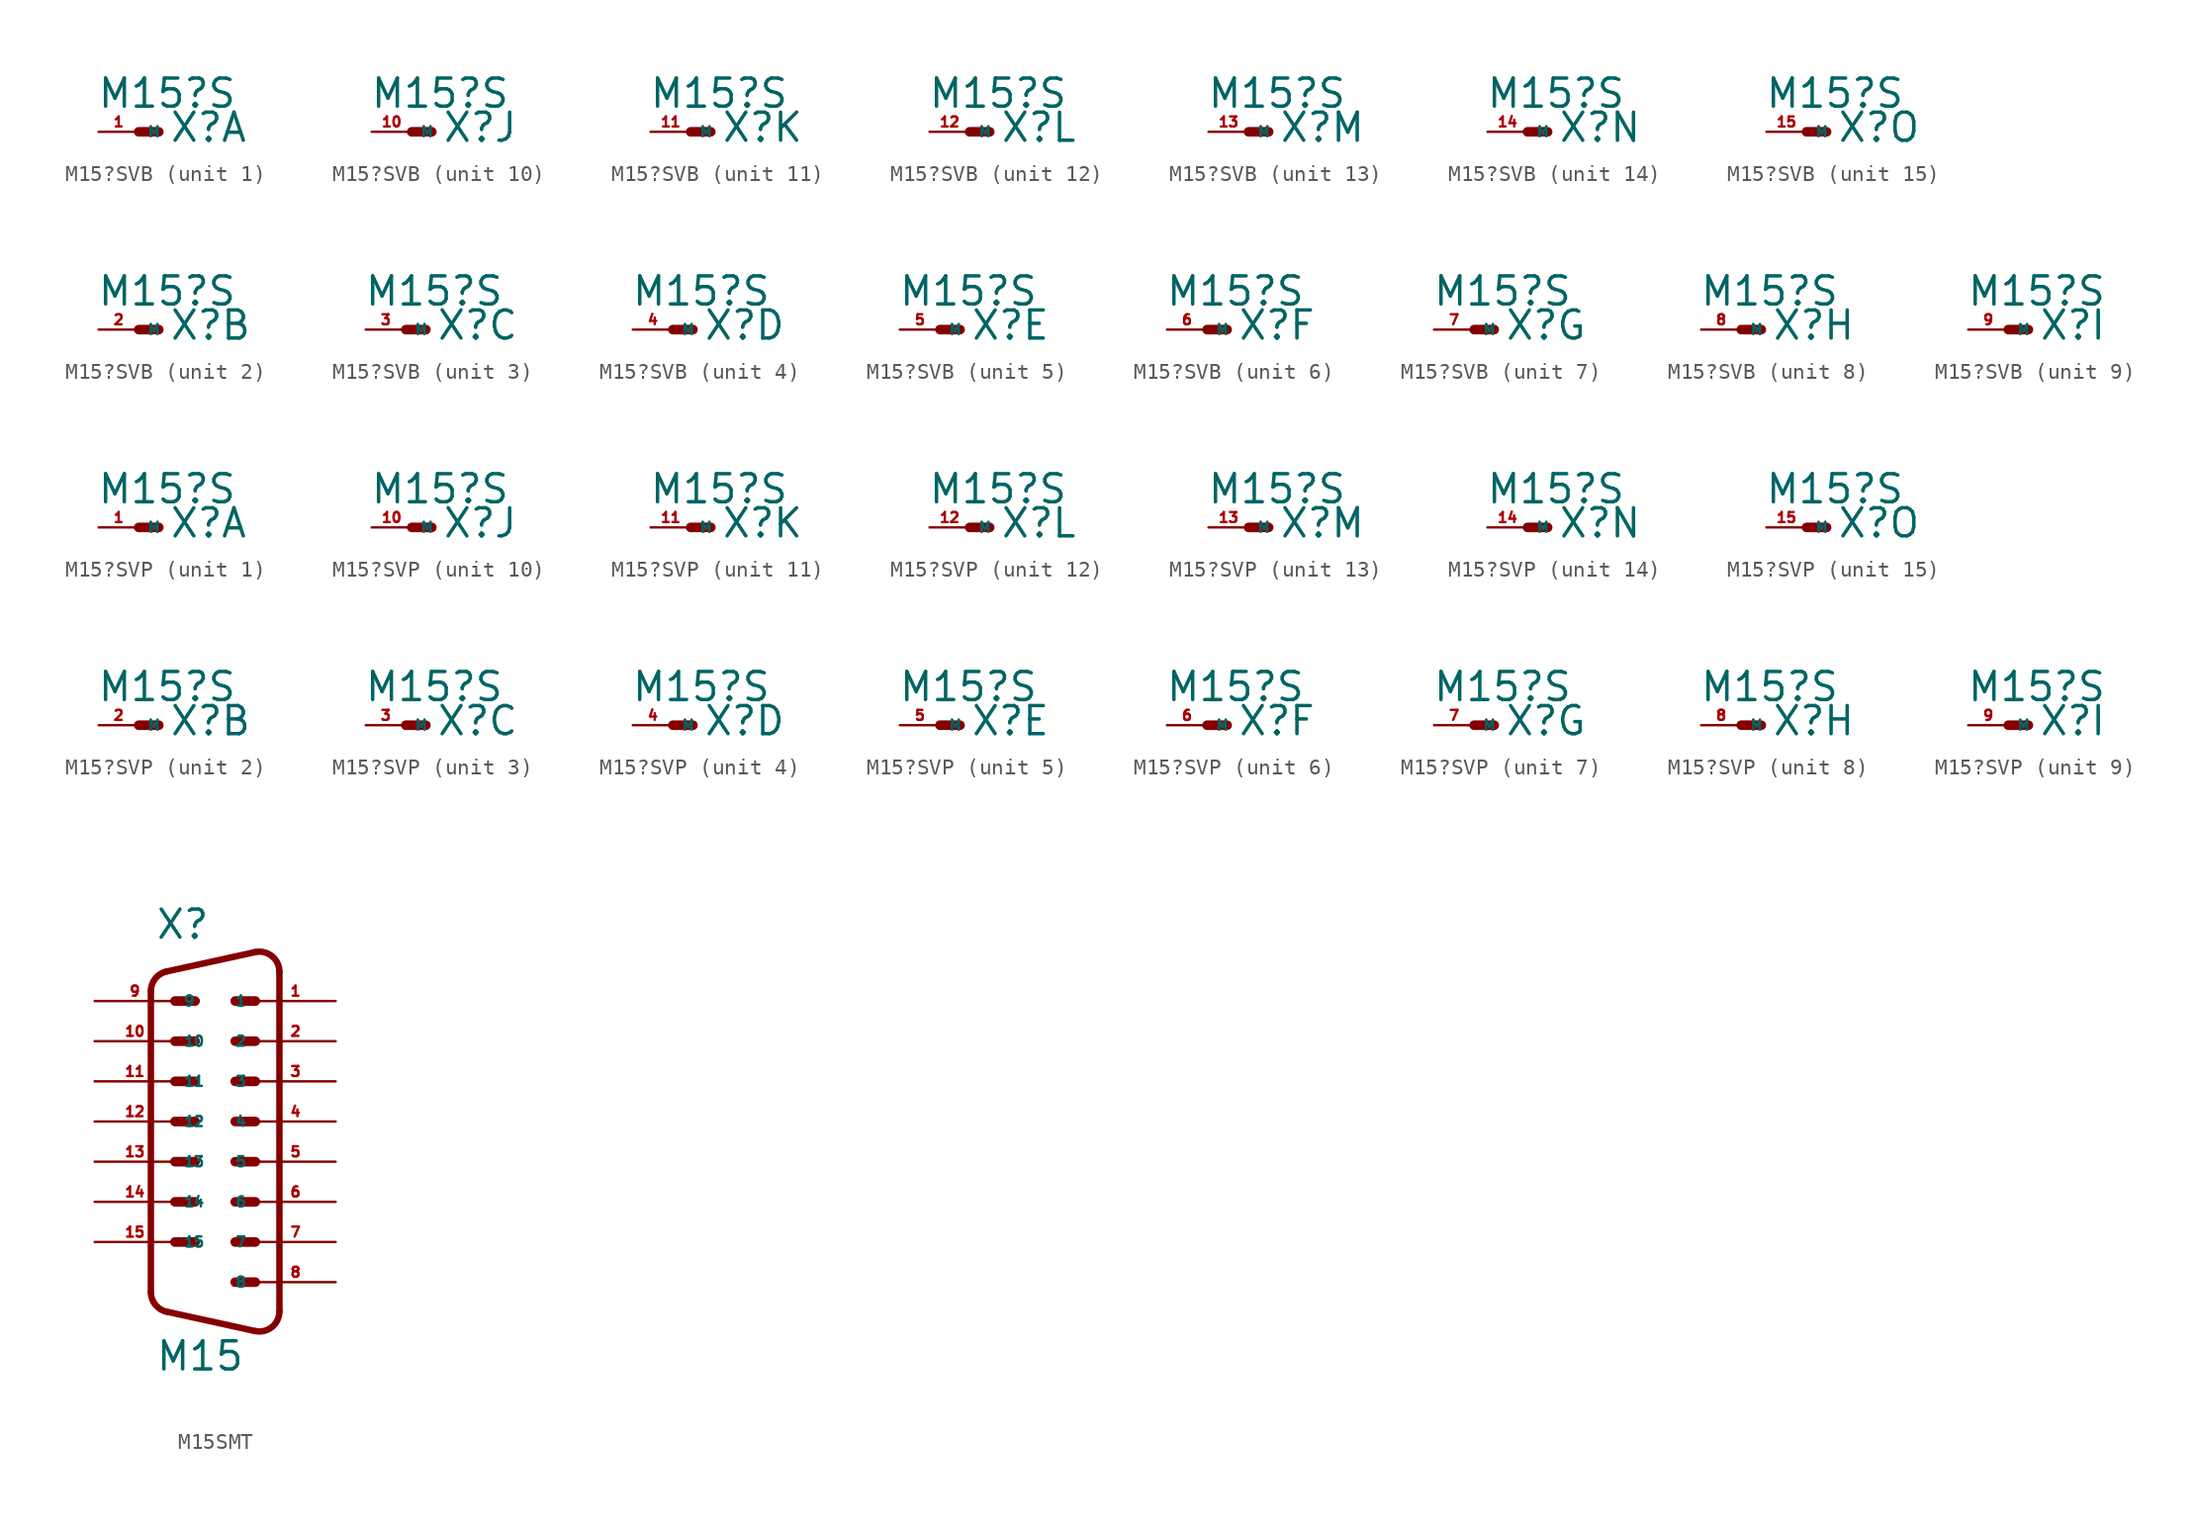
<source format=kicad_sym>
(kicad_symbol_lib
  (version 20220914)
  (generator Eagle2Kicad)
  (symbol "M15?SVB"
    (property "Reference" "X"
      (at 1.905 -0.762 0)
      (effects (font (size 1.778 1.778) (thickness 0.22)) (justify left bottom)))
    (property "Value" "M15?S"
      (at -2.667 1.397 0)
      (effects (font (size 1.778 1.778) (thickness 0.22)) (justify left bottom)))
    (symbol "M15?SVB_1_0"
      (polyline (pts (xy 0 0) (xy 1.27 0)) (stroke (width 0.61) (type default)) (fill (type none)))
      (pin passive line (at -2.54 0 0) (length 2.54) (name "M" (effects (font (size 0.635 0.635) (thickness 0.08)) (justify left bottom))) (number "1" (effects (font (size 0.635 0.635) (thickness 0.08)) (justify left bottom)))))
    (symbol "M15?SVB_2_0"
      (polyline (pts (xy 0 0) (xy 1.27 0)) (stroke (width 0.61) (type default)) (fill (type none)))
      (pin passive line (at -2.54 0 0) (length 2.54) (name "M" (effects (font (size 0.635 0.635) (thickness 0.08)) (justify left bottom))) (number "2" (effects (font (size 0.635 0.635) (thickness 0.08)) (justify left bottom)))))
    (symbol "M15?SVB_3_0"
      (polyline (pts (xy 0 0) (xy 1.27 0)) (stroke (width 0.61) (type default)) (fill (type none)))
      (pin passive line (at -2.54 0 0) (length 2.54) (name "M" (effects (font (size 0.635 0.635) (thickness 0.08)) (justify left bottom))) (number "3" (effects (font (size 0.635 0.635) (thickness 0.08)) (justify left bottom)))))
    (symbol "M15?SVB_4_0"
      (polyline (pts (xy 0 0) (xy 1.27 0)) (stroke (width 0.61) (type default)) (fill (type none)))
      (pin passive line (at -2.54 0 0) (length 2.54) (name "M" (effects (font (size 0.635 0.635) (thickness 0.08)) (justify left bottom))) (number "4" (effects (font (size 0.635 0.635) (thickness 0.08)) (justify left bottom)))))
    (symbol "M15?SVB_5_0"
      (polyline (pts (xy 0 0) (xy 1.27 0)) (stroke (width 0.61) (type default)) (fill (type none)))
      (pin passive line (at -2.54 0 0) (length 2.54) (name "M" (effects (font (size 0.635 0.635) (thickness 0.08)) (justify left bottom))) (number "5" (effects (font (size 0.635 0.635) (thickness 0.08)) (justify left bottom)))))
    (symbol "M15?SVB_6_0"
      (polyline (pts (xy 0 0) (xy 1.27 0)) (stroke (width 0.61) (type default)) (fill (type none)))
      (pin passive line (at -2.54 0 0) (length 2.54) (name "M" (effects (font (size 0.635 0.635) (thickness 0.08)) (justify left bottom))) (number "6" (effects (font (size 0.635 0.635) (thickness 0.08)) (justify left bottom)))))
    (symbol "M15?SVB_7_0"
      (polyline (pts (xy 0 0) (xy 1.27 0)) (stroke (width 0.61) (type default)) (fill (type none)))
      (pin passive line (at -2.54 0 0) (length 2.54) (name "M" (effects (font (size 0.635 0.635) (thickness 0.08)) (justify left bottom))) (number "7" (effects (font (size 0.635 0.635) (thickness 0.08)) (justify left bottom)))))
    (symbol "M15?SVB_8_0"
      (polyline (pts (xy 0 0) (xy 1.27 0)) (stroke (width 0.61) (type default)) (fill (type none)))
      (pin passive line (at -2.54 0 0) (length 2.54) (name "M" (effects (font (size 0.635 0.635) (thickness 0.08)) (justify left bottom))) (number "8" (effects (font (size 0.635 0.635) (thickness 0.08)) (justify left bottom)))))
    (symbol "M15?SVB_9_0"
      (polyline (pts (xy 0 0) (xy 1.27 0)) (stroke (width 0.61) (type default)) (fill (type none)))
      (pin passive line (at -2.54 0 0) (length 2.54) (name "M" (effects (font (size 0.635 0.635) (thickness 0.08)) (justify left bottom))) (number "9" (effects (font (size 0.635 0.635) (thickness 0.08)) (justify left bottom)))))
    (symbol "M15?SVB_10_0"
      (polyline (pts (xy 0 0) (xy 1.27 0)) (stroke (width 0.61) (type default)) (fill (type none)))
      (pin passive line (at -2.54 0 0) (length 2.54) (name "M" (effects (font (size 0.635 0.635) (thickness 0.08)) (justify left bottom))) (number "10" (effects (font (size 0.635 0.635) (thickness 0.08)) (justify left bottom)))))
    (symbol "M15?SVB_11_0"
      (polyline (pts (xy 0 0) (xy 1.27 0)) (stroke (width 0.61) (type default)) (fill (type none)))
      (pin passive line (at -2.54 0 0) (length 2.54) (name "M" (effects (font (size 0.635 0.635) (thickness 0.08)) (justify left bottom))) (number "11" (effects (font (size 0.635 0.635) (thickness 0.08)) (justify left bottom)))))
    (symbol "M15?SVB_12_0"
      (polyline (pts (xy 0 0) (xy 1.27 0)) (stroke (width 0.61) (type default)) (fill (type none)))
      (pin passive line (at -2.54 0 0) (length 2.54) (name "M" (effects (font (size 0.635 0.635) (thickness 0.08)) (justify left bottom))) (number "12" (effects (font (size 0.635 0.635) (thickness 0.08)) (justify left bottom)))))
    (symbol "M15?SVB_13_0"
      (polyline (pts (xy 0 0) (xy 1.27 0)) (stroke (width 0.61) (type default)) (fill (type none)))
      (pin passive line (at -2.54 0 0) (length 2.54) (name "M" (effects (font (size 0.635 0.635) (thickness 0.08)) (justify left bottom))) (number "13" (effects (font (size 0.635 0.635) (thickness 0.08)) (justify left bottom)))))
    (symbol "M15?SVB_14_0"
      (polyline (pts (xy 0 0) (xy 1.27 0)) (stroke (width 0.61) (type default)) (fill (type none)))
      (pin passive line (at -2.54 0 0) (length 2.54) (name "M" (effects (font (size 0.635 0.635) (thickness 0.08)) (justify left bottom))) (number "14" (effects (font (size 0.635 0.635) (thickness 0.08)) (justify left bottom)))))
    (symbol "M15?SVB_15_0"
      (polyline (pts (xy 0 0) (xy 1.27 0)) (stroke (width 0.61) (type default)) (fill (type none)))
      (pin passive line (at -2.54 0 0) (length 2.54) (name "M" (effects (font (size 0.635 0.635) (thickness 0.08)) (justify left bottom))) (number "15" (effects (font (size 0.635 0.635) (thickness 0.08)) (justify left bottom))))))
  (symbol "M15?SVP"
    (property "Reference" "X"
      (at 1.905 -0.762 0)
      (effects (font (size 1.778 1.778) (thickness 0.22)) (justify left bottom)))
    (property "Value" "M15?S"
      (at -2.667 1.397 0)
      (effects (font (size 1.778 1.778) (thickness 0.22)) (justify left bottom)))
    (symbol "M15?SVP_1_0"
      (polyline (pts (xy 0 0) (xy 1.27 0)) (stroke (width 0.61) (type default)) (fill (type none)))
      (pin passive line (at -2.54 0 0) (length 2.54) (name "M" (effects (font (size 0.635 0.635) (thickness 0.08)) (justify left bottom))) (number "1" (effects (font (size 0.635 0.635) (thickness 0.08)) (justify left bottom)))))
    (symbol "M15?SVP_2_0"
      (polyline (pts (xy 0 0) (xy 1.27 0)) (stroke (width 0.61) (type default)) (fill (type none)))
      (pin passive line (at -2.54 0 0) (length 2.54) (name "M" (effects (font (size 0.635 0.635) (thickness 0.08)) (justify left bottom))) (number "2" (effects (font (size 0.635 0.635) (thickness 0.08)) (justify left bottom)))))
    (symbol "M15?SVP_3_0"
      (polyline (pts (xy 0 0) (xy 1.27 0)) (stroke (width 0.61) (type default)) (fill (type none)))
      (pin passive line (at -2.54 0 0) (length 2.54) (name "M" (effects (font (size 0.635 0.635) (thickness 0.08)) (justify left bottom))) (number "3" (effects (font (size 0.635 0.635) (thickness 0.08)) (justify left bottom)))))
    (symbol "M15?SVP_4_0"
      (polyline (pts (xy 0 0) (xy 1.27 0)) (stroke (width 0.61) (type default)) (fill (type none)))
      (pin passive line (at -2.54 0 0) (length 2.54) (name "M" (effects (font (size 0.635 0.635) (thickness 0.08)) (justify left bottom))) (number "4" (effects (font (size 0.635 0.635) (thickness 0.08)) (justify left bottom)))))
    (symbol "M15?SVP_5_0"
      (polyline (pts (xy 0 0) (xy 1.27 0)) (stroke (width 0.61) (type default)) (fill (type none)))
      (pin passive line (at -2.54 0 0) (length 2.54) (name "M" (effects (font (size 0.635 0.635) (thickness 0.08)) (justify left bottom))) (number "5" (effects (font (size 0.635 0.635) (thickness 0.08)) (justify left bottom)))))
    (symbol "M15?SVP_6_0"
      (polyline (pts (xy 0 0) (xy 1.27 0)) (stroke (width 0.61) (type default)) (fill (type none)))
      (pin passive line (at -2.54 0 0) (length 2.54) (name "M" (effects (font (size 0.635 0.635) (thickness 0.08)) (justify left bottom))) (number "6" (effects (font (size 0.635 0.635) (thickness 0.08)) (justify left bottom)))))
    (symbol "M15?SVP_7_0"
      (polyline (pts (xy 0 0) (xy 1.27 0)) (stroke (width 0.61) (type default)) (fill (type none)))
      (pin passive line (at -2.54 0 0) (length 2.54) (name "M" (effects (font (size 0.635 0.635) (thickness 0.08)) (justify left bottom))) (number "7" (effects (font (size 0.635 0.635) (thickness 0.08)) (justify left bottom)))))
    (symbol "M15?SVP_8_0"
      (polyline (pts (xy 0 0) (xy 1.27 0)) (stroke (width 0.61) (type default)) (fill (type none)))
      (pin passive line (at -2.54 0 0) (length 2.54) (name "M" (effects (font (size 0.635 0.635) (thickness 0.08)) (justify left bottom))) (number "8" (effects (font (size 0.635 0.635) (thickness 0.08)) (justify left bottom)))))
    (symbol "M15?SVP_9_0"
      (polyline (pts (xy 0 0) (xy 1.27 0)) (stroke (width 0.61) (type default)) (fill (type none)))
      (pin passive line (at -2.54 0 0) (length 2.54) (name "M" (effects (font (size 0.635 0.635) (thickness 0.08)) (justify left bottom))) (number "9" (effects (font (size 0.635 0.635) (thickness 0.08)) (justify left bottom)))))
    (symbol "M15?SVP_10_0"
      (polyline (pts (xy 0 0) (xy 1.27 0)) (stroke (width 0.61) (type default)) (fill (type none)))
      (pin passive line (at -2.54 0 0) (length 2.54) (name "M" (effects (font (size 0.635 0.635) (thickness 0.08)) (justify left bottom))) (number "10" (effects (font (size 0.635 0.635) (thickness 0.08)) (justify left bottom)))))
    (symbol "M15?SVP_11_0"
      (polyline (pts (xy 0 0) (xy 1.27 0)) (stroke (width 0.61) (type default)) (fill (type none)))
      (pin passive line (at -2.54 0 0) (length 2.54) (name "M" (effects (font (size 0.635 0.635) (thickness 0.08)) (justify left bottom))) (number "11" (effects (font (size 0.635 0.635) (thickness 0.08)) (justify left bottom)))))
    (symbol "M15?SVP_12_0"
      (polyline (pts (xy 0 0) (xy 1.27 0)) (stroke (width 0.61) (type default)) (fill (type none)))
      (pin passive line (at -2.54 0 0) (length 2.54) (name "M" (effects (font (size 0.635 0.635) (thickness 0.08)) (justify left bottom))) (number "12" (effects (font (size 0.635 0.635) (thickness 0.08)) (justify left bottom)))))
    (symbol "M15?SVP_13_0"
      (polyline (pts (xy 0 0) (xy 1.27 0)) (stroke (width 0.61) (type default)) (fill (type none)))
      (pin passive line (at -2.54 0 0) (length 2.54) (name "M" (effects (font (size 0.635 0.635) (thickness 0.08)) (justify left bottom))) (number "13" (effects (font (size 0.635 0.635) (thickness 0.08)) (justify left bottom)))))
    (symbol "M15?SVP_14_0"
      (polyline (pts (xy 0 0) (xy 1.27 0)) (stroke (width 0.61) (type default)) (fill (type none)))
      (pin passive line (at -2.54 0 0) (length 2.54) (name "M" (effects (font (size 0.635 0.635) (thickness 0.08)) (justify left bottom))) (number "14" (effects (font (size 0.635 0.635) (thickness 0.08)) (justify left bottom)))))
    (symbol "M15?SVP_15_0"
      (polyline (pts (xy 0 0) (xy 1.27 0)) (stroke (width 0.61) (type default)) (fill (type none)))
      (pin passive line (at -2.54 0 0) (length 2.54) (name "M" (effects (font (size 0.635 0.635) (thickness 0.08)) (justify left bottom))) (number "15" (effects (font (size 0.635 0.635) (thickness 0.08)) (justify left bottom))))))
  (symbol "M15SMT"
    (property "Reference" "X"
      (at -3.81 11.43 0)
      (effects (font (size 1.778 1.778) (thickness 0.22)) (justify left bottom)))
    (property "Value" "M15"
      (at -3.81 -15.875 0)
      (effects (font (size 1.778 1.778) (thickness 0.22)) (justify left bottom)))
    (polyline
      (pts (xy -2.54 7.62) (xy -1.27 7.62))
      (stroke (width 0.61) (type default))
      (fill (type none)))
    (polyline
      (pts (xy 1.27 7.62) (xy 2.54 7.62))
      (stroke (width 0.61) (type default))
      (fill (type none)))
    (polyline
      (pts (xy 1.27 5.08) (xy 2.54 5.08))
      (stroke (width 0.61) (type default))
      (fill (type none)))
    (polyline
      (pts (xy -2.54 5.08) (xy -1.27 5.08))
      (stroke (width 0.61) (type default))
      (fill (type none)))
    (polyline
      (pts (xy -2.54 2.54) (xy -1.27 2.54))
      (stroke (width 0.61) (type default))
      (fill (type none)))
    (polyline
      (pts (xy 1.27 2.54) (xy 2.54 2.54))
      (stroke (width 0.61) (type default))
      (fill (type none)))
    (polyline
      (pts (xy -2.54 0) (xy -1.27 0))
      (stroke (width 0.61) (type default))
      (fill (type none)))
    (polyline
      (pts (xy -2.54 -2.54) (xy -1.27 -2.54))
      (stroke (width 0.61) (type default))
      (fill (type none)))
    (polyline
      (pts (xy 1.27 0) (xy 2.54 0))
      (stroke (width 0.61) (type default))
      (fill (type none)))
    (polyline
      (pts (xy 1.27 -2.54) (xy 2.54 -2.54))
      (stroke (width 0.61) (type default))
      (fill (type none)))
    (polyline
      (pts (xy -2.54 -5.08) (xy -1.27 -5.08))
      (stroke (width 0.61) (type default))
      (fill (type none)))
    (polyline
      (pts (xy -2.54 -7.62) (xy -1.27 -7.62))
      (stroke (width 0.61) (type default))
      (fill (type none)))
    (polyline
      (pts (xy 1.27 -5.08) (xy 2.54 -5.08))
      (stroke (width 0.61) (type default))
      (fill (type none)))
    (polyline
      (pts (xy 1.27 -10.16) (xy 2.54 -10.16))
      (stroke (width 0.61) (type default))
      (fill (type none)))
    (polyline
      (pts (xy 1.27 -7.62) (xy 2.54 -7.62))
      (stroke (width 0.61) (type default))
      (fill (type none)))
    (arc
      (start 2.5226 -13.2518)
      (mid 3.590 -13.000)
      (end 4.0637 -12.0112)
      (stroke (width 0.4064) (type default))
      (fill (type none)))
    (polyline
      (pts (xy 2.523 -13.252) (xy -3.065 -12.029))
      (stroke (width 0.406) (type default))
      (fill (type none)))
    (arc
      (start -4.064 -10.7888)
      (mid -3.783 -11.585)
      (end -3.0654 -12.0294)
      (stroke (width 0.4064) (type default))
      (fill (type none)))
    (polyline
      (pts (xy -4.064 8.249) (xy -4.064 -10.789))
      (stroke (width 0.406) (type default))
      (fill (type none)))
    (arc
      (start -3.0654 9.4894)
      (mid -3.783 9.045)
      (end -4.064 8.2488)
      (stroke (width 0.4064) (type default))
      (fill (type none)))
    (polyline
      (pts (xy 4.064 9.471) (xy 4.064 -12.011))
      (stroke (width 0.406) (type default))
      (fill (type none)))
    (polyline
      (pts (xy 2.523 10.712) (xy -3.065 9.489))
      (stroke (width 0.406) (type default))
      (fill (type none)))
    (arc
      (start 4.064 9.4712)
      (mid 3.590 10.461)
      (end 2.5226 10.7119)
      (stroke (width 0.4064) (type default))
      (fill (type none)))
    (pin passive line
      (at 7.62 7.62 180)
      (length 5.08)
      (name "1" (effects (font (size 0.635 0.635) (thickness 0.08)) (justify left bottom)))
      (number "1" (effects (font (size 0.635 0.635) (thickness 0.08)) (justify left bottom))))
    (pin passive line
      (at -7.62 7.62 0)
      (length 5.08)
      (name "9" (effects (font (size 0.635 0.635) (thickness 0.08)) (justify left bottom)))
      (number "9" (effects (font (size 0.635 0.635) (thickness 0.08)) (justify left bottom))))
    (pin passive line
      (at 7.62 5.08 180)
      (length 5.08)
      (name "2" (effects (font (size 0.635 0.635) (thickness 0.08)) (justify left bottom)))
      (number "2" (effects (font (size 0.635 0.635) (thickness 0.08)) (justify left bottom))))
    (pin passive line
      (at -7.62 5.08 0)
      (length 5.08)
      (name "10" (effects (font (size 0.635 0.635) (thickness 0.08)) (justify left bottom)))
      (number "10" (effects (font (size 0.635 0.635) (thickness 0.08)) (justify left bottom))))
    (pin passive line
      (at 7.62 2.54 180)
      (length 5.08)
      (name "3" (effects (font (size 0.635 0.635) (thickness 0.08)) (justify left bottom)))
      (number "3" (effects (font (size 0.635 0.635) (thickness 0.08)) (justify left bottom))))
    (pin passive line
      (at -7.62 2.54 0)
      (length 5.08)
      (name "11" (effects (font (size 0.635 0.635) (thickness 0.08)) (justify left bottom)))
      (number "11" (effects (font (size 0.635 0.635) (thickness 0.08)) (justify left bottom))))
    (pin passive line
      (at 7.62 0 180)
      (length 5.08)
      (name "4" (effects (font (size 0.635 0.635) (thickness 0.08)) (justify left bottom)))
      (number "4" (effects (font (size 0.635 0.635) (thickness 0.08)) (justify left bottom))))
    (pin passive line
      (at -7.62 0 0)
      (length 5.08)
      (name "12" (effects (font (size 0.635 0.635) (thickness 0.08)) (justify left bottom)))
      (number "12" (effects (font (size 0.635 0.635) (thickness 0.08)) (justify left bottom))))
    (pin passive line
      (at 7.62 -2.54 180)
      (length 5.08)
      (name "5" (effects (font (size 0.635 0.635) (thickness 0.08)) (justify left bottom)))
      (number "5" (effects (font (size 0.635 0.635) (thickness 0.08)) (justify left bottom))))
    (pin passive line
      (at -7.62 -2.54 0)
      (length 5.08)
      (name "13" (effects (font (size 0.635 0.635) (thickness 0.08)) (justify left bottom)))
      (number "13" (effects (font (size 0.635 0.635) (thickness 0.08)) (justify left bottom))))
    (pin passive line
      (at 7.62 -5.08 180)
      (length 5.08)
      (name "6" (effects (font (size 0.635 0.635) (thickness 0.08)) (justify left bottom)))
      (number "6" (effects (font (size 0.635 0.635) (thickness 0.08)) (justify left bottom))))
    (pin passive line
      (at -7.62 -5.08 0)
      (length 5.08)
      (name "14" (effects (font (size 0.635 0.635) (thickness 0.08)) (justify left bottom)))
      (number "14" (effects (font (size 0.635 0.635) (thickness 0.08)) (justify left bottom))))
    (pin passive line
      (at 7.62 -7.62 180)
      (length 5.08)
      (name "7" (effects (font (size 0.635 0.635) (thickness 0.08)) (justify left bottom)))
      (number "7" (effects (font (size 0.635 0.635) (thickness 0.08)) (justify left bottom))))
    (pin passive line
      (at -7.62 -7.62 0)
      (length 5.08)
      (name "15" (effects (font (size 0.635 0.635) (thickness 0.08)) (justify left bottom)))
      (number "15" (effects (font (size 0.635 0.635) (thickness 0.08)) (justify left bottom))))
    (pin passive line
      (at 7.62 -10.16 180)
      (length 5.08)
      (name "8" (effects (font (size 0.635 0.635) (thickness 0.08)) (justify left bottom)))
      (number "8" (effects (font (size 0.635 0.635) (thickness 0.08)) (justify left bottom))))))
</source>
